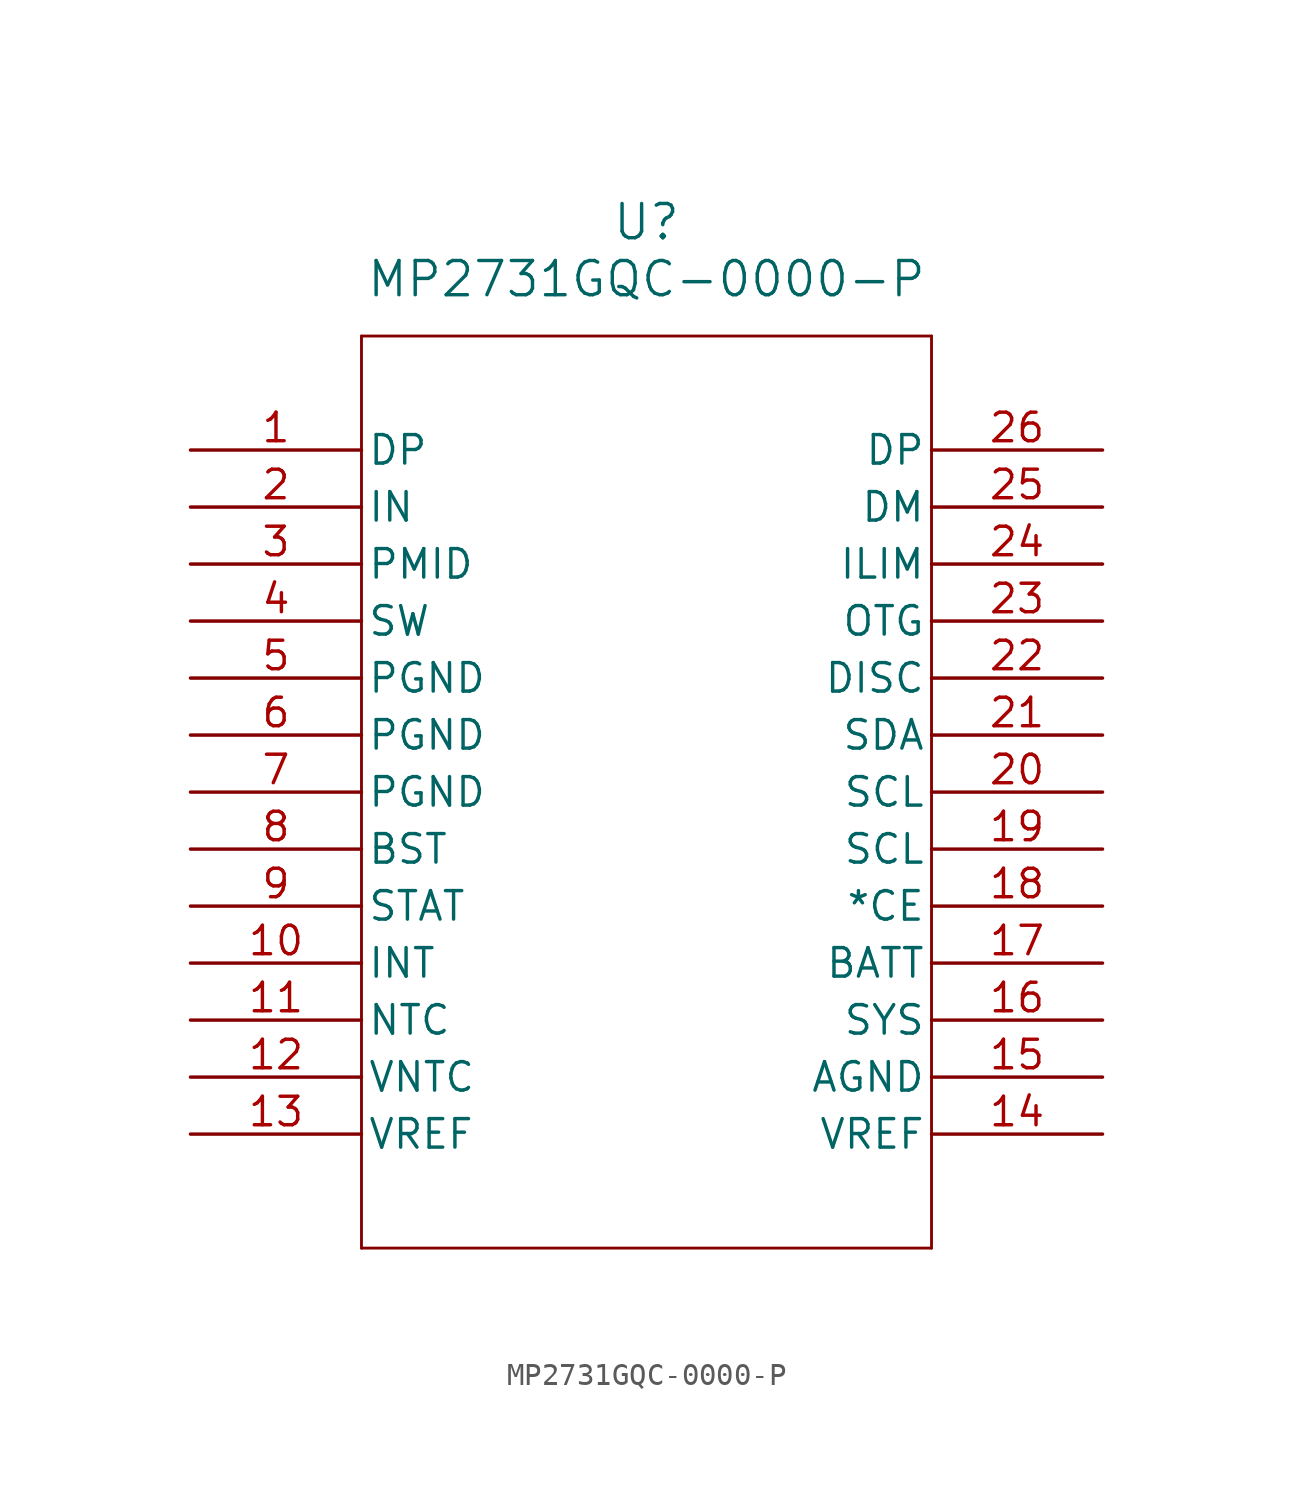
<source format=kicad_sym>
(kicad_symbol_lib
  (version 20211014)
  (generator kicad_symbol_editor)
  (symbol "MP2731GQC-0000-P"
    (pin_names
      (offset 0.254))
    (property "Reference" "U"
      (at 20.32 10.16 0)
      (effects (font (size 1.524 1.524))))
    (property "Value" "MP2731GQC-0000-P"
      (at 20.32 7.62 0)
      (effects (font (size 1.524 1.524))))
    (symbol "MP2731GQC-0000-P_0_1"
      (polyline (pts (xy 7.62 5.08) (xy 7.62 -35.56)) (stroke (width 0.127) (type default) (color 0 0 0 0)) (fill (type none)))
      (polyline (pts (xy 7.62 -35.56) (xy 33.02 -35.56)) (stroke (width 0.127) (type default) (color 0 0 0 0)) (fill (type none)))
      (polyline (pts (xy 33.02 -35.56) (xy 33.02 5.08)) (stroke (width 0.127) (type default) (color 0 0 0 0)) (fill (type none)))
      (polyline (pts (xy 33.02 5.08) (xy 7.62 5.08)) (stroke (width 0.127) (type default) (color 0 0 0 0)) (fill (type none)))
      (pin bidirectional line (at 0 0 0) (length 7.62) (name "DP" (effects (font (size 1.27 1.27)))) (number "1" (effects (font (size 1.27 1.27)))))
      (pin power_in line (at 0 -2.54 0) (length 7.62) (name "IN" (effects (font (size 1.27 1.27)))) (number "2" (effects (font (size 1.27 1.27)))))
      (pin power_in line (at 0 -5.08 0) (length 7.62) (name "PMID" (effects (font (size 1.27 1.27)))) (number "3" (effects (font (size 1.27 1.27)))))
      (pin power_in line (at 0 -7.62 0) (length 7.62) (name "SW" (effects (font (size 1.27 1.27)))) (number "4" (effects (font (size 1.27 1.27)))))
      (pin power_in line (at 0 -10.16 0) (length 7.62) (name "PGND" (effects (font (size 1.27 1.27)))) (number "5" (effects (font (size 1.27 1.27)))))
      (pin power_in line (at 0 -12.7 0) (length 7.62) (name "PGND" (effects (font (size 1.27 1.27)))) (number "6" (effects (font (size 1.27 1.27)))))
      (pin power_in line (at 0 -15.24 0) (length 7.62) (name "PGND" (effects (font (size 1.27 1.27)))) (number "7" (effects (font (size 1.27 1.27)))))
      (pin power_in line (at 0 -17.78 0) (length 7.62) (name "BST" (effects (font (size 1.27 1.27)))) (number "8" (effects (font (size 1.27 1.27)))))
      (pin output line (at 0 -20.32 0) (length 7.62) (name "STAT" (effects (font (size 1.27 1.27)))) (number "9" (effects (font (size 1.27 1.27)))))
      (pin output line (at 0 -22.86 0) (length 7.62) (name "INT" (effects (font (size 1.27 1.27)))) (number "10" (effects (font (size 1.27 1.27)))))
      (pin input line (at 0 -25.4 0) (length 7.62) (name "NTC" (effects (font (size 1.27 1.27)))) (number "11" (effects (font (size 1.27 1.27)))))
      (pin output line (at 0 -27.94 0) (length 7.62) (name "VNTC" (effects (font (size 1.27 1.27)))) (number "12" (effects (font (size 1.27 1.27)))))
      (pin power_in line (at 0 -30.48 0) (length 7.62) (name "VREF" (effects (font (size 1.27 1.27)))) (number "13" (effects (font (size 1.27 1.27)))))
      (pin power_in line (at 40.64 -30.48 180) (length 7.62) (name "VREF" (effects (font (size 1.27 1.27)))) (number "14" (effects (font (size 1.27 1.27)))))
      (pin bidirectional line (at 40.64 -27.94 180) (length 7.62) (name "AGND" (effects (font (size 1.27 1.27)))) (number "15" (effects (font (size 1.27 1.27)))))
      (pin power_in line (at 40.64 -25.4 180) (length 7.62) (name "SYS" (effects (font (size 1.27 1.27)))) (number "16" (effects (font (size 1.27 1.27)))))
      (pin power_in line (at 40.64 -22.86 180) (length 7.62) (name "BATT" (effects (font (size 1.27 1.27)))) (number "17" (effects (font (size 1.27 1.27)))))
      (pin input line (at 40.64 -20.32 180) (length 7.62) (name "*CE" (effects (font (size 1.27 1.27)))) (number "18" (effects (font (size 1.27 1.27)))))
      (pin input line (at 40.64 -17.78 180) (length 7.62) (name "SCL" (effects (font (size 1.27 1.27)))) (number "19" (effects (font (size 1.27 1.27)))))
      (pin input line (at 40.64 -15.24 180) (length 7.62) (name "SCL" (effects (font (size 1.27 1.27)))) (number "20" (effects (font (size 1.27 1.27)))))
      (pin bidirectional line (at 40.64 -12.7 180) (length 7.62) (name "SDA" (effects (font (size 1.27 1.27)))) (number "21" (effects (font (size 1.27 1.27)))))
      (pin input line (at 40.64 -10.16 180) (length 7.62) (name "DISC" (effects (font (size 1.27 1.27)))) (number "22" (effects (font (size 1.27 1.27)))))
      (pin input line (at 40.64 -7.62 180) (length 7.62) (name "OTG" (effects (font (size 1.27 1.27)))) (number "23" (effects (font (size 1.27 1.27)))))
      (pin input line (at 40.64 -5.08 180) (length 7.62) (name "ILIM" (effects (font (size 1.27 1.27)))) (number "24" (effects (font (size 1.27 1.27)))))
      (pin bidirectional line (at 40.64 -2.54 180) (length 7.62) (name "DM" (effects (font (size 1.27 1.27)))) (number "25" (effects (font (size 1.27 1.27)))))
      (pin bidirectional line (at 40.64 0 180) (length 7.62) (name "DP" (effects (font (size 1.27 1.27)))) (number "26" (effects (font (size 1.27 1.27))))))))
</source>
